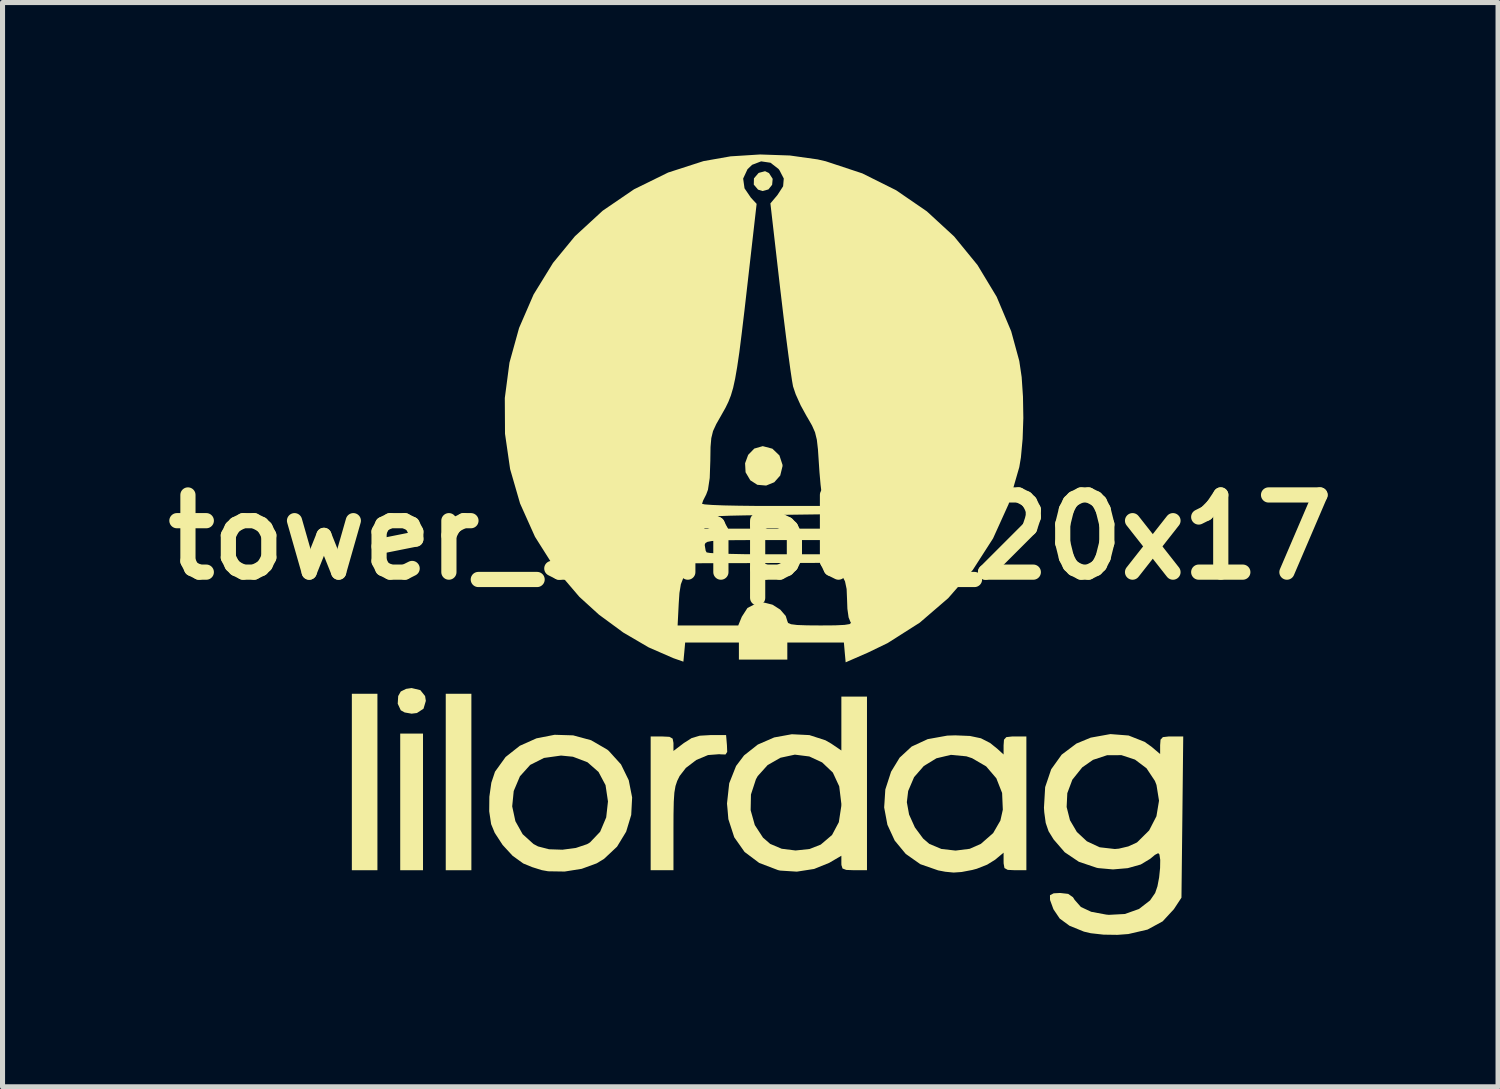
<source format=kicad_pcb>
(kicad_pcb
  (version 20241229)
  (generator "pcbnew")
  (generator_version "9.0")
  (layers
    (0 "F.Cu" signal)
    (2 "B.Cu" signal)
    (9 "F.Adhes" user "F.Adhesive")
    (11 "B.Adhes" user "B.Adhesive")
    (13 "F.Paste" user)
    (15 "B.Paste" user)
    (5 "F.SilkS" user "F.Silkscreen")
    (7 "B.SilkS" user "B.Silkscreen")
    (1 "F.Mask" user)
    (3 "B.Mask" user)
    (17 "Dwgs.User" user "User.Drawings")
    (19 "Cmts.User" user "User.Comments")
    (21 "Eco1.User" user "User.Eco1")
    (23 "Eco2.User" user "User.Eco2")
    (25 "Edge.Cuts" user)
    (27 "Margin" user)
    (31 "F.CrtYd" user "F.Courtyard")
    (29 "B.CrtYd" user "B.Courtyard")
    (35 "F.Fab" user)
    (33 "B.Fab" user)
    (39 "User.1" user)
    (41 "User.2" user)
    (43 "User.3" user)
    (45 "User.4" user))
  (footprint "tower_simple_20x17"
    (layer "F.Cu")
    (at 11.764 7.557)
    (property "Reference" "tower_simple_20x17" (at 0 0 0) (layer "F.SilkS") (effects (font (size 1.524 1.524) (thickness 0.3))))
    (attr board_only exclude_from_pos_files exclude_from_bom)
    (fp_poly (pts (xy -7.362 6.575) (xy -7.867 6.575) (xy -7.867 3.091) (xy -7.362 3.091)) (stroke (width 0) (type solid)) (fill yes) (layer "F.SilkS"))
    (fp_poly (pts (xy -6.462 6.575) (xy -6.912 6.575) (xy -6.912 3.877) (xy -6.462 3.877)) (stroke (width 0) (type solid)) (fill yes) (layer "F.SilkS"))
    (fp_poly (pts (xy -5.507 6.575) (xy -6.013 6.575) (xy -6.013 3.091) (xy -5.507 3.091)) (stroke (width 0) (type solid)) (fill yes) (layer "F.SilkS"))
    (fp_poly (pts (xy 0.369 -7.19) (xy 0.442 -7.076) (xy 0.431 -6.958) (xy 0.358 -6.867) (xy 0.243 -6.835) (xy 0.153 -6.863) (xy 0.069 -6.962) (xy 0.072 -7.085) (xy 0.16 -7.188) (xy 0.172 -7.195) (xy 0.292 -7.227)) (stroke (width 0) (type solid)) (fill yes) (layer "F.SilkS"))
    (fp_poly (pts (xy -6.515 3.019) (xy -6.421 3.136) (xy -6.406 3.231) (xy -6.452 3.386) (xy -6.582 3.471) (xy -6.687 3.484) (xy -6.824 3.46) (xy -6.901 3.417) (xy -6.961 3.288) (xy -6.952 3.136) (xy -6.901 3.046) (xy -6.796 2.994) (xy -6.687 2.978)) (stroke (width 0) (type solid)) (fill yes) (layer "F.SilkS"))
    (fp_poly (pts (xy 0.436 -1.748) (xy 0.575 -1.615) (xy 0.636 -1.43) (xy 0.637 -1.405) (xy 0.591 -1.218) (xy 0.473 -1.085) (xy 0.313 -1.02) (xy 0.139 -1.035) (xy 0 -1.124) (xy -0.093 -1.282) (xy -0.103 -1.46) (xy -0.042 -1.626) (xy 0.078 -1.75) (xy 0.245 -1.798) (xy 0.247 -1.798)) (stroke (width 0) (type solid)) (fill yes) (layer "F.SilkS"))
    (fp_poly (pts (xy -0.461 4.107) (xy -0.456 4.239) (xy -0.489 4.29) (xy -0.586 4.287) (xy -0.613 4.284) (xy -0.834 4.301) (xy -1.066 4.398) (xy -1.272 4.555) (xy -1.395 4.714) (xy -1.443 4.811) (xy -1.477 4.913) (xy -1.499 5.042) (xy -1.511 5.222) (xy -1.516 5.473) (xy -1.517 5.754) (xy -1.517 6.575) (xy -1.967 6.575) (xy -1.967 3.934) (xy -1.742 3.934) (xy -1.597 3.941) (xy -1.533 3.977) (xy -1.517 4.062) (xy -1.517 4.077) (xy -1.517 4.22) (xy -1.312 4.064) (xy -1.158 3.966) (xy -0.999 3.919) (xy -0.792 3.907) (xy -0.478 3.906)) (stroke (width 0) (type solid)) (fill yes) (layer "F.SilkS"))
    (fp_poly (pts (xy 2.304 6.575) (xy 2.051 6.575) (xy 1.895 6.569) (xy 1.821 6.541) (xy 1.799 6.472) (xy 1.798 6.432) (xy 1.798 6.289) (xy 1.559 6.429) (xy 1.26 6.55) (xy 0.919 6.603) (xy 0.589 6.582) (xy 0.546 6.572) (xy 0.176 6.431) (xy -0.113 6.214) (xy -0.317 5.924) (xy -0.433 5.567) (xy -0.448 5.39) (xy 0.007 5.39) (xy 0.089 5.683) (xy 0.251 5.932) (xy 0.393 6.055) (xy 0.62 6.151) (xy 0.894 6.185) (xy 1.17 6.156) (xy 1.391 6.069) (xy 1.614 5.879) (xy 1.748 5.627) (xy 1.797 5.307) (xy 1.798 5.265) (xy 1.756 4.919) (xy 1.63 4.647) (xy 1.418 4.446) (xy 1.166 4.329) (xy 0.88 4.293) (xy 0.596 4.354) (xy 0.342 4.499) (xy 0.146 4.717) (xy 0.111 4.78) (xy 0.013 5.08) (xy 0.007 5.39) (xy -0.448 5.39) (xy -0.46 5.259) (xy -0.416 4.858) (xy -0.281 4.517) (xy -0.123 4.308) (xy 0.148 4.094) (xy 0.472 3.953) (xy 0.82 3.89) (xy 1.167 3.907) (xy 1.483 4.009) (xy 1.598 4.075) (xy 1.798 4.211) (xy 1.798 3.147) (xy 2.304 3.147)) (stroke (width 0) (type solid)) (fill yes) (layer "F.SilkS"))
    (fp_poly (pts (xy -3.498 3.912) (xy -3.144 4.008) (xy -2.825 4.193) (xy -2.795 4.218) (xy -2.553 4.485) (xy -2.4 4.798) (xy -2.333 5.138) (xy -2.351 5.483) (xy -2.451 5.814) (xy -2.631 6.11) (xy -2.889 6.352) (xy -3.035 6.44) (xy -3.328 6.547) (xy -3.665 6.601) (xy -3.991 6.596) (xy -4.118 6.573) (xy -4.306 6.514) (xy -4.477 6.444) (xy -4.488 6.438) (xy -4.693 6.29) (xy -4.89 6.076) (xy -5.046 5.837) (xy -5.117 5.665) (xy -5.155 5.412) (xy -5.154 5.314) (xy -4.701 5.314) (xy -4.638 5.607) (xy -4.495 5.863) (xy -4.281 6.057) (xy -4.191 6.105) (xy -3.974 6.161) (xy -3.71 6.17) (xy -3.444 6.135) (xy -3.224 6.061) (xy -3.165 6.026) (xy -2.965 5.816) (xy -2.845 5.532) (xy -2.81 5.217) (xy -2.858 4.895) (xy -2.997 4.634) (xy -3.215 4.443) (xy -3.502 4.334) (xy -3.737 4.311) (xy -4.073 4.358) (xy -4.345 4.495) (xy -4.548 4.72) (xy -4.671 5.011) (xy -4.701 5.314) (xy -5.154 5.314) (xy -5.152 5.124) (xy -5.113 4.847) (xy -5.041 4.631) (xy -5.041 4.63) (xy -4.831 4.339) (xy -4.551 4.118) (xy -4.222 3.971) (xy -3.864 3.901)) (stroke (width 0) (type solid)) (fill yes) (layer "F.SilkS"))
    (fp_poly (pts (xy 4.337 3.924) (xy 4.554 3.97) (xy 4.734 4.062) (xy 4.875 4.175) (xy 5.001 4.29) (xy 5.001 4.112) (xy 5.009 3.998) (xy 5.055 3.947) (xy 5.171 3.934) (xy 5.226 3.934) (xy 5.451 3.934) (xy 5.451 6.575) (xy 5.226 6.575) (xy 5.082 6.568) (xy 5.018 6.532) (xy 5.002 6.441) (xy 5.001 6.401) (xy 5.001 6.228) (xy 4.834 6.368) (xy 4.677 6.465) (xy 4.472 6.546) (xy 4.382 6.57) (xy 4.172 6.61) (xy 4.014 6.621) (xy 3.85 6.605) (xy 3.709 6.578) (xy 3.358 6.456) (xy 3.07 6.254) (xy 2.851 5.989) (xy 2.707 5.677) (xy 2.643 5.335) (xy 2.65 5.232) (xy 3.091 5.232) (xy 3.135 5.475) (xy 3.25 5.73) (xy 3.413 5.95) (xy 3.535 6.055) (xy 3.773 6.155) (xy 4.053 6.187) (xy 4.332 6.152) (xy 4.552 6.055) (xy 4.795 5.842) (xy 4.938 5.594) (xy 4.986 5.38) (xy 4.972 5.05) (xy 4.858 4.76) (xy 4.657 4.525) (xy 4.379 4.363) (xy 4.267 4.326) (xy 3.961 4.297) (xy 3.675 4.365) (xy 3.426 4.517) (xy 3.234 4.737) (xy 3.117 5.011) (xy 3.091 5.232) (xy 2.65 5.232) (xy 2.666 4.981) (xy 2.78 4.629) (xy 2.949 4.352) (xy 3.186 4.133) (xy 3.502 3.987) (xy 3.89 3.917) (xy 4.046 3.912)) (stroke (width 0) (type solid)) (fill yes) (layer "F.SilkS"))
    (fp_poly (pts (xy 7.469 3.915) (xy 7.785 4.04) (xy 7.922 4.137) (xy 8.092 4.281) (xy 8.092 4.107) (xy 8.1 3.997) (xy 8.146 3.947) (xy 8.262 3.934) (xy 8.32 3.934) (xy 8.548 3.934) (xy 8.531 5.525) (xy 8.513 7.117) (xy 8.363 7.345) (xy 8.141 7.585) (xy 7.843 7.747) (xy 7.464 7.835) (xy 7.249 7.851) (xy 6.975 7.847) (xy 6.724 7.819) (xy 6.587 7.787) (xy 6.302 7.671) (xy 6.109 7.529) (xy 5.987 7.348) (xy 5.98 7.331) (xy 5.918 7.162) (xy 5.917 7.069) (xy 5.989 7.031) (xy 6.116 7.024) (xy 6.276 7.042) (xy 6.371 7.108) (xy 6.403 7.159) (xy 6.528 7.301) (xy 6.732 7.396) (xy 7.028 7.451) (xy 7.081 7.456) (xy 7.396 7.439) (xy 7.675 7.34) (xy 7.893 7.171) (xy 7.994 7.024) (xy 8.039 6.892) (xy 8.072 6.718) (xy 8.091 6.533) (xy 8.094 6.371) (xy 8.078 6.263) (xy 8.054 6.238) (xy 7.989 6.272) (xy 7.894 6.351) (xy 7.709 6.462) (xy 7.453 6.534) (xy 7.161 6.559) (xy 6.87 6.533) (xy 6.837 6.526) (xy 6.487 6.408) (xy 6.208 6.22) (xy 5.989 5.967) (xy 5.889 5.805) (xy 5.833 5.642) (xy 5.804 5.43) (xy 5.798 5.34) (xy 5.799 5.327) (xy 6.246 5.327) (xy 6.312 5.588) (xy 6.448 5.82) (xy 6.646 6.004) (xy 6.899 6.122) (xy 7.197 6.156) (xy 7.277 6.149) (xy 7.463 6.105) (xy 7.624 6.032) (xy 7.642 6.02) (xy 7.875 5.789) (xy 8.019 5.509) (xy 8.07 5.202) (xy 8.02 4.892) (xy 7.989 4.812) (xy 7.823 4.562) (xy 7.596 4.391) (xy 7.329 4.303) (xy 7.045 4.304) (xy 6.766 4.396) (xy 6.554 4.544) (xy 6.359 4.787) (xy 6.259 5.054) (xy 6.246 5.327) (xy 5.799 5.327) (xy 5.822 4.934) (xy 5.941 4.582) (xy 6.148 4.293) (xy 6.439 4.074) (xy 6.722 3.957) (xy 7.11 3.887)) (stroke (width 0) (type solid)) (fill yes) (layer "F.SilkS"))
    (fp_poly (pts (xy 0.78 -7.537) (xy 1.328 -7.46) (xy 1.489 -7.423) (xy 2.211 -7.184) (xy 2.879 -6.851) (xy 3.486 -6.434) (xy 4.024 -5.939) (xy 4.486 -5.374) (xy 4.864 -4.748) (xy 5.151 -4.067) (xy 5.311 -3.48) (xy 5.358 -3.162) (xy 5.384 -2.774) (xy 5.391 -2.353) (xy 5.377 -1.941) (xy 5.343 -1.574) (xy 5.311 -1.384) (xy 5.101 -0.656) (xy 4.793 0.024) (xy 4.393 0.646) (xy 3.908 1.203) (xy 3.346 1.687) (xy 2.712 2.09) (xy 2.321 2.279) (xy 1.883 2.47) (xy 1.865 2.275) (xy 1.848 2.079) (xy 0.731 2.079) (xy 0.731 2.416) (xy -0.225 2.416) (xy -0.225 2.079) (xy -1.286 2.079) (xy -1.303 2.268) (xy -1.321 2.457) (xy -1.519 2.388) (xy -2.007 2.175) (xy -2.508 1.882) (xy -2.698 1.742) (xy -1.435 1.742) (xy -0.238 1.742) (xy -0.168 1.571) (xy -0.056 1.397) (xy 0.112 1.31) (xy 0.28 1.292) (xy 0.438 1.332) (xy 0.591 1.429) (xy 0.7 1.555) (xy 0.731 1.655) (xy 0.746 1.693) (xy 0.805 1.718) (xy 0.924 1.733) (xy 1.121 1.74) (xy 1.388 1.742) (xy 1.674 1.74) (xy 1.861 1.731) (xy 1.962 1.715) (xy 1.989 1.691) (xy 1.978 1.675) (xy 1.941 1.583) (xy 1.917 1.413) (xy 1.911 1.244) (xy 1.902 1.023) (xy 1.87 0.871) (xy 1.803 0.743) (xy 1.767 0.694) (xy 1.624 0.506) (xy 0.264 0.51) (xy -1.096 0.514) (xy -1.244 0.692) (xy -1.323 0.805) (xy -1.371 0.929) (xy -1.399 1.101) (xy -1.413 1.307) (xy -1.435 1.742) (xy -2.698 1.742) (xy -2.988 1.529) (xy -3.375 1.177) (xy -3.861 0.608) (xy -4.145 0.159) (xy -0.899 0.159) (xy -0.881 0.266) (xy -0.862 0.3) (xy -0.796 0.311) (xy -0.636 0.321) (xy -0.399 0.329) (xy -0.103 0.335) (xy 0.235 0.337) (xy 0.29 0.337) (xy 1.405 0.337) (xy 1.405 0.056) (xy 0.253 0.056) (xy -0.135 0.057) (xy -0.425 0.059) (xy -0.63 0.065) (xy -0.766 0.076) (xy -0.847 0.092) (xy -0.886 0.115) (xy -0.899 0.147) (xy -0.899 0.159) (xy -4.145 0.159) (xy -4.251 -0.009) (xy -4.323 -0.169) (xy -0.907 -0.169) (xy 1.405 -0.169) (xy 1.405 -0.452) (xy 0.267 -0.437) (xy -0.117 -0.431) (xy -0.404 -0.425) (xy -0.607 -0.417) (xy -0.742 -0.406) (xy -0.823 -0.388) (xy -0.866 -0.363) (xy -0.883 -0.328) (xy -0.889 -0.295) (xy -0.907 -0.169) (xy -4.323 -0.169) (xy -4.543 -0.66) (xy -0.953 -0.66) (xy -0.9 -0.648) (xy -0.751 -0.637) (xy -0.522 -0.628) (xy -0.229 -0.622) (xy 0.112 -0.618) (xy 0.259 -0.618) (xy 1.474 -0.618) (xy 1.431 -0.745) (xy 1.41 -0.852) (xy 1.387 -1.042) (xy 1.366 -1.284) (xy 1.354 -1.461) (xy 1.336 -1.733) (xy 1.314 -1.925) (xy 1.278 -2.072) (xy 1.219 -2.205) (xy 1.131 -2.359) (xy 1.113 -2.388) (xy 0.995 -2.603) (xy 0.896 -2.823) (xy 0.844 -2.978) (xy 0.823 -3.098) (xy 0.791 -3.313) (xy 0.751 -3.607) (xy 0.705 -3.962) (xy 0.655 -4.364) (xy 0.604 -4.794) (xy 0.59 -4.911) (xy 0.397 -6.591) (xy 0.536 -6.756) (xy 0.648 -6.929) (xy 0.661 -7.082) (xy 0.576 -7.246) (xy 0.558 -7.27) (xy 0.399 -7.394) (xy 0.214 -7.421) (xy 0.036 -7.353) (xy -0.055 -7.266) (xy -0.141 -7.081) (xy -0.114 -6.889) (xy 0.011 -6.705) (xy 0.125 -6.582) (xy -0.053 -5.019) (xy -0.116 -4.469) (xy -0.17 -4.019) (xy -0.216 -3.654) (xy -0.259 -3.362) (xy -0.299 -3.131) (xy -0.339 -2.948) (xy -0.383 -2.799) (xy -0.433 -2.672) (xy -0.491 -2.553) (xy -0.56 -2.431) (xy -0.57 -2.413) (xy -0.672 -2.234) (xy -0.736 -2.095) (xy -0.77 -1.956) (xy -0.785 -1.783) (xy -0.789 -1.537) (xy -0.789 -1.514) (xy -0.801 -1.17) (xy -0.836 -0.937) (xy -0.871 -0.843) (xy -0.93 -0.727) (xy -0.953 -0.66) (xy -4.543 -0.66) (xy -4.545 -0.664) (xy -4.742 -1.345) (xy -4.843 -2.043) (xy -4.847 -2.748) (xy -4.755 -3.447) (xy -4.565 -4.132) (xy -4.279 -4.792) (xy -3.895 -5.416) (xy -3.463 -5.942) (xy -2.914 -6.447) (xy -2.296 -6.869) (xy -1.623 -7.2) (xy -0.924 -7.426) (xy -0.39 -7.52) (xy 0.193 -7.557)) (stroke (width 0) (type solid)) (fill yes) (layer "F.SilkS")))
  (gr_rect
    (start -3 -3)
    (end 26.528 18.408)
    (stroke (width 0.1) (type default))
    (fill no)
    (layer "Edge.Cuts")))
</source>
